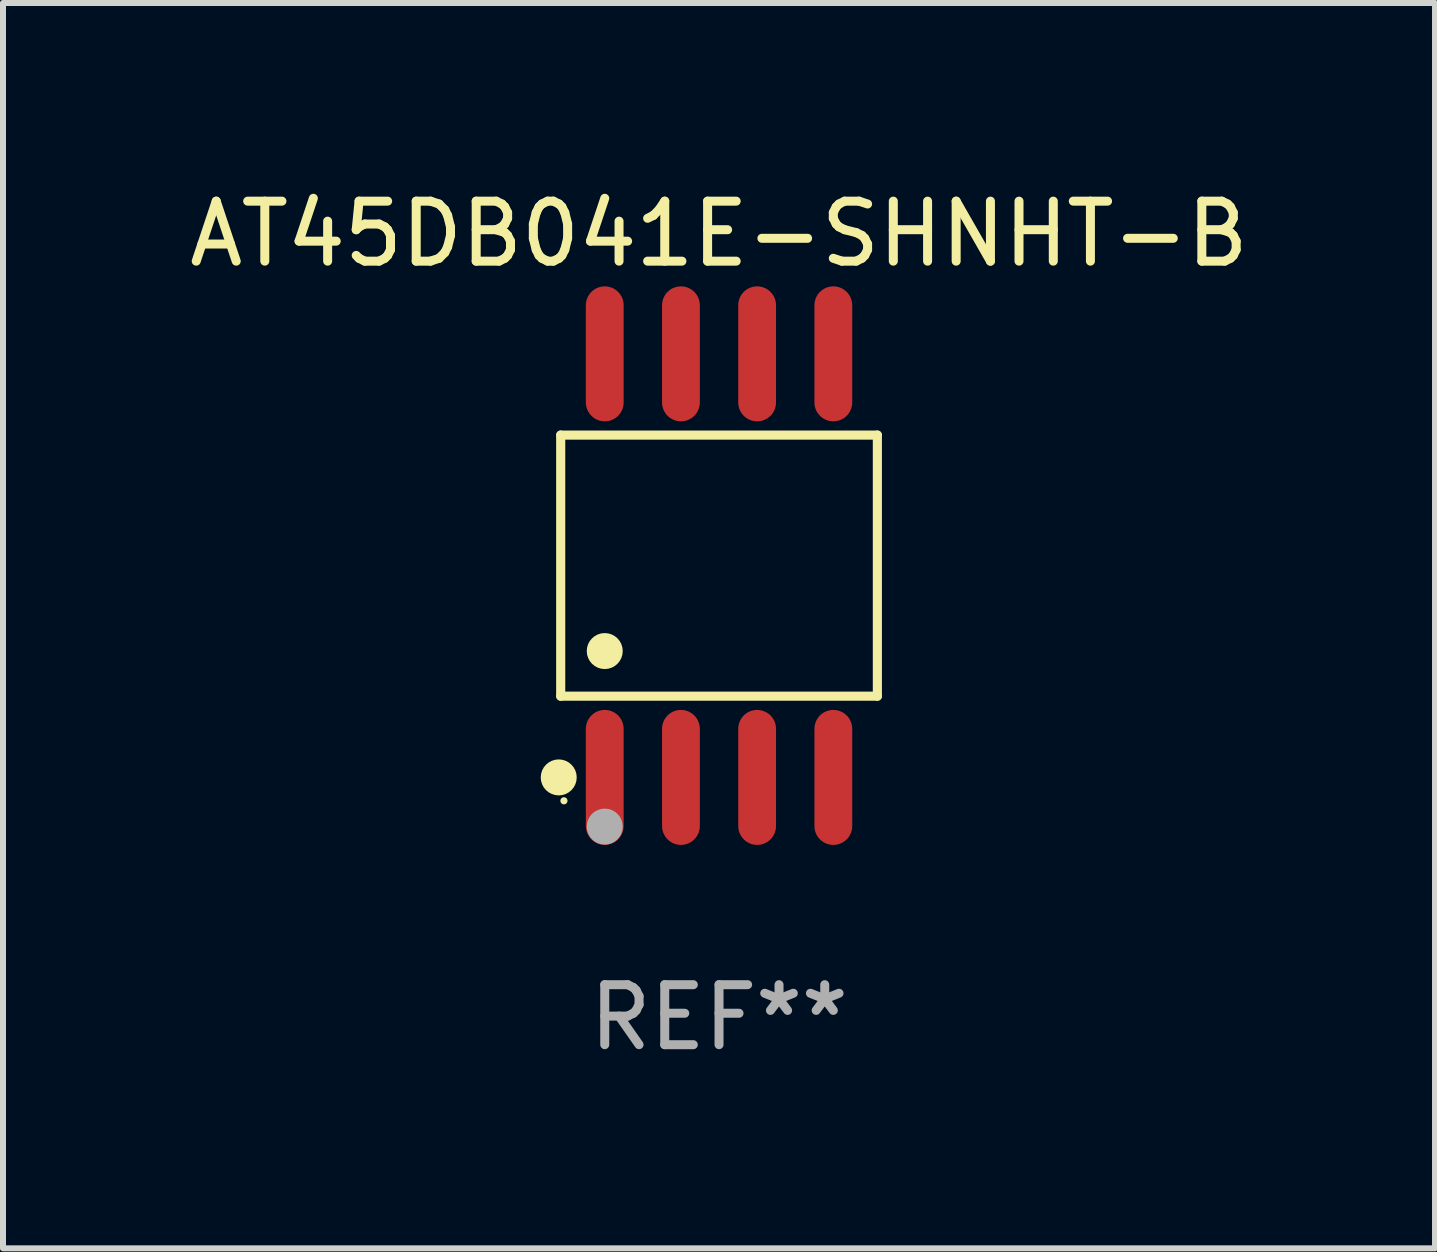
<source format=kicad_pcb>
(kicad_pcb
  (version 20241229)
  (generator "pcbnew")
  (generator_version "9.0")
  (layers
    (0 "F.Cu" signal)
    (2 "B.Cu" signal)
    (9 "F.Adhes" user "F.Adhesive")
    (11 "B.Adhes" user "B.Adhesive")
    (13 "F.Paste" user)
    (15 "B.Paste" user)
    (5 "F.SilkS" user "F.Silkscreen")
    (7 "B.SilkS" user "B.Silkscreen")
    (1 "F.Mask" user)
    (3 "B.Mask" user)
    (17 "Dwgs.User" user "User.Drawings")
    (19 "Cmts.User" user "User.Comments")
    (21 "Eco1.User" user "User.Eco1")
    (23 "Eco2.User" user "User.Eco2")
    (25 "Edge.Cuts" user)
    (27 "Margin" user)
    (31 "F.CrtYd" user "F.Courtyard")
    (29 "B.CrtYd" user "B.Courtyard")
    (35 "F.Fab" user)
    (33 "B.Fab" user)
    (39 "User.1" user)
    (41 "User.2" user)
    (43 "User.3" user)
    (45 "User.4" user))
  (footprint "AT45DB041E-SHNHT-B"
    (layer "F.Cu")
    (at 8.935 6.378)
    (property "Reference" "AT45DB041E-SHNHT-B" (at 0 -5.53 0) (layer "F.SilkS") (effects (font (size 1 1) (thickness 0.15))))
    (attr through_hole)
    (fp_line (start -2.639 -2.176) (end 2.639 -2.176) (stroke (width 0.152) (type solid)) (layer "F.SilkS"))
    (fp_line (start -2.639 2.176) (end -2.639 -2.176) (stroke (width 0.152) (type solid)) (layer "F.SilkS"))
    (fp_line (start 2.639 -2.176) (end 2.639 2.176) (stroke (width 0.152) (type solid)) (layer "F.SilkS"))
    (fp_line (start 2.639 2.176) (end -2.639 2.176) (stroke (width 0.152) (type solid)) (layer "F.SilkS"))
    (fp_circle (center -2.672 3.53) (end -2.522 3.53) (stroke (width 0.3) (type solid)) (fill no) (layer "F.SilkS"))
    (fp_circle (center -2.585 3.92) (end -2.555 3.92) (stroke (width 0.06) (type solid)) (fill no) (layer "F.SilkS"))
    (fp_circle (center -1.905 1.424) (end -1.755 1.424) (stroke (width 0.3) (type solid)) (fill no) (layer "F.SilkS"))
    (fp_circle (center -1.905 4.35) (end -1.755 4.35) (stroke (width 0.3) (type solid)) (fill no) (layer "F.Fab"))
    (fp_text user "REF**" (at 0 7.53 0) (layer "F.Fab") (effects (font (size 1 1) (thickness 0.15))))
    (pad "1" smd oval (at -1.905 3.53) (size 0.63 2.25) (layers "F.Cu" "F.Mask" "F.Paste"))
    (pad "2" smd oval (at -0.635 3.53) (size 0.63 2.25) (layers "F.Cu" "F.Mask" "F.Paste"))
    (pad "3" smd oval (at 0.635 3.53) (size 0.63 2.25) (layers "F.Cu" "F.Mask" "F.Paste"))
    (pad "4" smd oval (at 1.905 3.53) (size 0.63 2.25) (layers "F.Cu" "F.Mask" "F.Paste"))
    (pad "5" smd oval (at 1.905 -3.53) (size 0.63 2.25) (layers "F.Cu" "F.Mask" "F.Paste"))
    (pad "6" smd oval (at 0.635 -3.53) (size 0.63 2.25) (layers "F.Cu" "F.Mask" "F.Paste"))
    (pad "7" smd oval (at -0.635 -3.53) (size 0.63 2.25) (layers "F.Cu" "F.Mask" "F.Paste"))
    (pad "8" smd oval (at -1.905 -3.53) (size 0.63 2.25) (layers "F.Cu" "F.Mask" "F.Paste")))
  (gr_rect
    (start -3 -3)
    (end 20.869 17.757)
    (stroke (width 0.1) (type default))
    (fill no)
    (layer "Edge.Cuts")))
</source>
